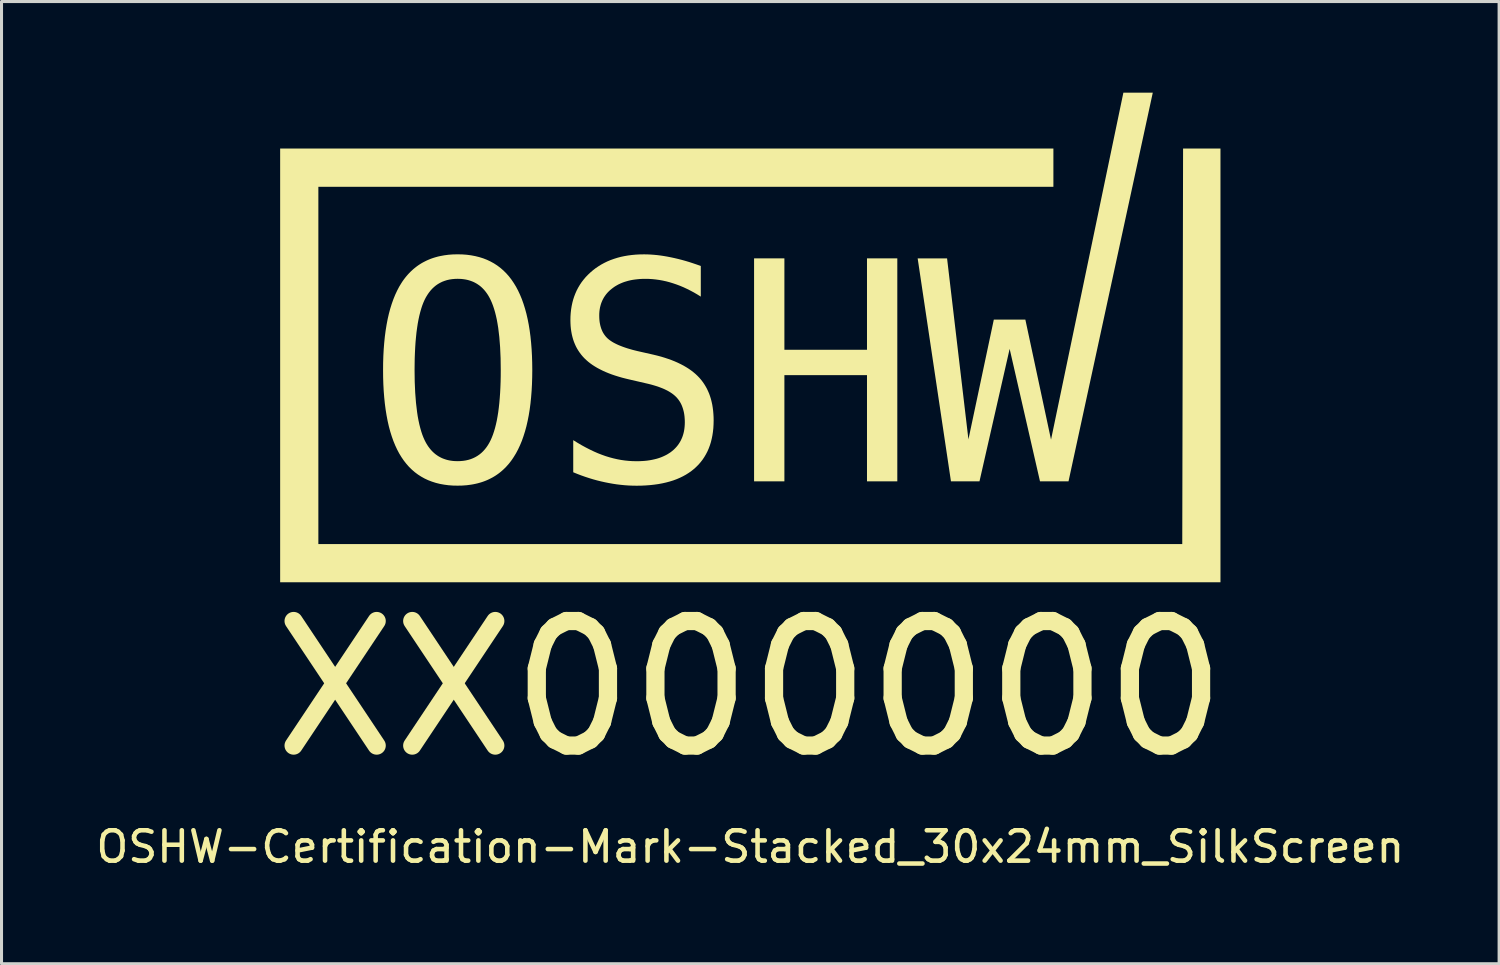
<source format=kicad_pcb>
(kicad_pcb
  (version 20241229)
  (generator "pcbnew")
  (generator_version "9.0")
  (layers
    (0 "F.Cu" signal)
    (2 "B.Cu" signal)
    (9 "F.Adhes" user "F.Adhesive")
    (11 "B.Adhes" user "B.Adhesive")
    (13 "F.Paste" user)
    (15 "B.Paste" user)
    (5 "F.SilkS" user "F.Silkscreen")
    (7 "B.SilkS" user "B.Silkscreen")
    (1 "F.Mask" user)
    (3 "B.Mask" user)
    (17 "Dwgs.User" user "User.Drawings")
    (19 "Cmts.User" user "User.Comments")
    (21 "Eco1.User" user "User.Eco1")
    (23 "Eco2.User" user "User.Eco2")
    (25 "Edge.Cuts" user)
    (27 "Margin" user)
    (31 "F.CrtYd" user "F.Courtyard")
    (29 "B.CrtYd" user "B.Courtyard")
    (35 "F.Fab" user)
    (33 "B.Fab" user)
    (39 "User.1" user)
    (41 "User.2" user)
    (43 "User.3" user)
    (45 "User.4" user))
  (footprint "OSHW-Certification-Mark-Stacked_30x24mm_SilkScreen"
    (layer "F.Cu")
    (at 21.649 11.026)
    (property "Reference" "OSHW-Certification-Mark-Stacked_30x24mm_SilkScreen" (at 0.000231 13.8 0) (unlocked yes) (layer "F.SilkS") (effects (font (size 1 1) (thickness 0.15))))
    (attr board_only exclude_from_pos_files exclude_from_bom allow_missing_courtyard)
    (fp_poly (pts (xy -7.177 -1.894) (xy -7.177 -1.894) (xy -7.177 -1.894)) (stroke (width 0) (type solid)) (fill yes) (layer "F.SilkS"))
    (fp_poly (pts (xy -1.63 -5.32) (xy -1.63 -5.32) (xy -1.63 -5.32)) (stroke (width 0) (type solid)) (fill yes) (layer "F.SilkS"))
    (fp_poly (pts (xy 15.477 5.092) (xy -15.477 5.092) (xy -15.477 -9.186) (xy -15.477 -9.186) (xy 9.977 -9.186) (xy 9.977 -7.927) (xy -14.219 -7.927) (xy -14.219 3.833) (xy 14.219 3.833) (xy 14.246 -9.186) (xy 15.477 -9.186)) (stroke (width 0) (type solid)) (fill yes) (layer "F.SilkS"))
    (fp_poly (pts (xy 1.122 -2.562) (xy 3.841 -2.562) (xy 3.841 -5.571) (xy 4.839 -5.571) (xy 4.839 1.769) (xy 3.841 1.769) (xy 3.841 -1.727) (xy 1.122 -1.727) (xy 1.122 1.769) (xy 0.124 1.769) (xy 0.124 -5.571) (xy 1.122 -5.571)) (stroke (width 0) (type solid)) (fill yes) (layer "F.SilkS"))
    (fp_poly (pts (xy 10.475 1.769) (xy 9.536 1.769) (xy 8.537 -2.592) (xy 7.544 1.769) (xy 6.605 1.769) (xy 5.509 -5.571) (xy 6.477 -5.571) (xy 7.18 0.388) (xy 8.016 -3.556) (xy 9.054 -3.556) (xy 9.899 0.397) (xy 12.281 -11.026) (xy 13.249 -11.026)) (stroke (width 0) (type solid)) (fill yes) (layer "F.SilkS"))
    (fp_poly (pts (xy -9.483 -5.701) (xy -9.335 -5.69) (xy -9.192 -5.671) (xy -9.054 -5.645) (xy -8.921 -5.612) (xy -8.793 -5.572) (xy -8.67 -5.524) (xy -8.552 -5.468) (xy -8.439 -5.406) (xy -8.331 -5.336) (xy -8.227 -5.258) (xy -8.129 -5.173) (xy -8.036 -5.081) (xy -7.948 -4.982) (xy -7.865 -4.875) (xy -7.787 -4.76) (xy -7.713 -4.639) (xy -7.644 -4.509) (xy -7.58 -4.372) (xy -7.52 -4.227) (xy -7.466 -4.075) (xy -7.416 -3.915) (xy -7.37 -3.747) (xy -7.33 -3.572) (xy -7.294 -3.389) (xy -7.263 -3.198) (xy -7.237 -3) (xy -7.216 -2.794) (xy -7.199 -2.581) (xy -7.187 -2.359) (xy -7.18 -2.131) (xy -7.177 -1.894) (xy -7.18 -1.658) (xy -7.187 -1.43) (xy -7.199 -1.209) (xy -7.216 -0.996) (xy -7.237 -0.791) (xy -7.263 -0.593) (xy -7.294 -0.403) (xy -7.33 -0.22) (xy -7.37 -0.045) (xy -7.416 0.123) (xy -7.466 0.282) (xy -7.52 0.435) (xy -7.58 0.579) (xy -7.644 0.716) (xy -7.713 0.846) (xy -7.787 0.967) (xy -7.826 1.026) (xy -7.865 1.082) (xy -7.906 1.136) (xy -7.948 1.189) (xy -7.992 1.239) (xy -8.036 1.288) (xy -8.082 1.335) (xy -8.129 1.38) (xy -8.178 1.424) (xy -8.227 1.465) (xy -8.278 1.505) (xy -8.331 1.543) (xy -8.384 1.579) (xy -8.439 1.613) (xy -8.494 1.645) (xy -8.552 1.675) (xy -8.61 1.704) (xy -8.67 1.731) (xy -8.731 1.756) (xy -8.793 1.779) (xy -8.856 1.8) (xy -8.921 1.819) (xy -8.987 1.837) (xy -9.054 1.852) (xy -9.122 1.866) (xy -9.192 1.878) (xy -9.335 1.897) (xy -9.483 1.908) (xy -9.636 1.911) (xy -9.789 1.908) (xy -9.937 1.897) (xy -10.08 1.878) (xy -10.218 1.853) (xy -10.351 1.82) (xy -10.479 1.779) (xy -10.602 1.732) (xy -10.72 1.677) (xy -10.833 1.614) (xy -10.941 1.545) (xy -11.044 1.468) (xy -11.142 1.383) (xy -11.235 1.292) (xy -11.323 1.192) (xy -11.406 1.086) (xy -11.484 0.972) (xy -11.558 0.851) (xy -11.626 0.722) (xy -11.69 0.585) (xy -11.749 0.441) (xy -11.803 0.289) (xy -11.853 0.129) (xy -11.898 -0.038) (xy -11.938 -0.214) (xy -11.973 -0.397) (xy -12.004 -0.588) (xy -12.03 -0.786) (xy -12.051 -0.992) (xy -12.068 -1.206) (xy -12.08 -1.428) (xy -12.087 -1.657) (xy -12.089 -1.894) (xy -11.052 -1.894) (xy -11.047 -1.505) (xy -11.031 -1.145) (xy -11.005 -0.814) (xy -10.969 -0.511) (xy -10.948 -0.371) (xy -10.923 -0.237) (xy -10.896 -0.111) (xy -10.866 0.008) (xy -10.834 0.12) (xy -10.8 0.224) (xy -10.762 0.322) (xy -10.722 0.412) (xy -10.679 0.496) (xy -10.656 0.536) (xy -10.632 0.574) (xy -10.608 0.612) (xy -10.582 0.647) (xy -10.556 0.682) (xy -10.529 0.715) (xy -10.501 0.747) (xy -10.473 0.777) (xy -10.443 0.807) (xy -10.413 0.834) (xy -10.382 0.861) (xy -10.35 0.886) (xy -10.317 0.909) (xy -10.284 0.932) (xy -10.249 0.953) (xy -10.214 0.972) (xy -10.178 0.991) (xy -10.141 1.008) (xy -10.104 1.023) (xy -10.065 1.037) (xy -10.026 1.05) (xy -9.986 1.062) (xy -9.945 1.072) (xy -9.903 1.081) (xy -9.861 1.088) (xy -9.817 1.094) (xy -9.773 1.099) (xy -9.728 1.102) (xy -9.636 1.105) (xy -9.543 1.102) (xy -9.453 1.094) (xy -9.367 1.081) (xy -9.284 1.062) (xy -9.204 1.038) (xy -9.128 1.008) (xy -9.055 0.973) (xy -8.986 0.933) (xy -8.919 0.887) (xy -8.856 0.836) (xy -8.797 0.78) (xy -8.741 0.718) (xy -8.688 0.651) (xy -8.638 0.578) (xy -8.592 0.5) (xy -8.549 0.417) (xy -8.509 0.327) (xy -8.471 0.229) (xy -8.436 0.124) (xy -8.403 0.012) (xy -8.373 -0.107) (xy -8.345 -0.233) (xy -8.321 -0.367) (xy -8.298 -0.508) (xy -8.279 -0.656) (xy -8.262 -0.811) (xy -8.248 -0.973) (xy -8.236 -1.143) (xy -8.227 -1.32) (xy -8.22 -1.504) (xy -8.216 -1.696) (xy -8.215 -1.894) (xy -8.22 -2.284) (xy -8.236 -2.645) (xy -8.262 -2.977) (xy -8.298 -3.28) (xy -8.321 -3.421) (xy -8.345 -3.555) (xy -8.373 -3.681) (xy -8.403 -3.8) (xy -8.436 -3.912) (xy -8.471 -4.017) (xy -8.509 -4.115) (xy -8.549 -4.205) (xy -8.592 -4.289) (xy -8.615 -4.329) (xy -8.638 -4.367) (xy -8.663 -4.405) (xy -8.688 -4.44) (xy -8.714 -4.475) (xy -8.741 -4.508) (xy -8.768 -4.54) (xy -8.797 -4.57) (xy -8.826 -4.6) (xy -8.856 -4.627) (xy -8.887 -4.654) (xy -8.919 -4.679) (xy -8.952 -4.702) (xy -8.986 -4.725) (xy -9.02 -4.746) (xy -9.055 -4.765) (xy -9.091 -4.784) (xy -9.128 -4.801) (xy -9.166 -4.816) (xy -9.204 -4.83) (xy -9.244 -4.843) (xy -9.284 -4.855) (xy -9.325 -4.865) (xy -9.367 -4.874) (xy -9.41 -4.881) (xy -9.453 -4.887) (xy -9.498 -4.892) (xy -9.543 -4.895) (xy -9.636 -4.898) (xy -9.728 -4.895) (xy -9.817 -4.887) (xy -9.903 -4.874) (xy -9.986 -4.855) (xy -10.065 -4.83) (xy -10.141 -4.801) (xy -10.214 -4.765) (xy -10.284 -4.725) (xy -10.35 -4.679) (xy -10.413 -4.627) (xy -10.473 -4.57) (xy -10.529 -4.508) (xy -10.582 -4.44) (xy -10.632 -4.367) (xy -10.679 -4.289) (xy -10.722 -4.205) (xy -10.762 -4.115) (xy -10.8 -4.017) (xy -10.834 -3.912) (xy -10.866 -3.801) (xy -10.896 -3.681) (xy -10.923 -3.555) (xy -10.948 -3.421) (xy -10.969 -3.281) (xy -10.989 -3.133) (xy -11.005 -2.977) (xy -11.02 -2.815) (xy -11.031 -2.645) (xy -11.04 -2.468) (xy -11.047 -2.284) (xy -11.05 -2.093) (xy -11.052 -1.894) (xy -12.089 -1.894) (xy -12.089 -1.894) (xy -12.087 -2.131) (xy -12.08 -2.359) (xy -12.068 -2.581) (xy -12.051 -2.794) (xy -12.03 -3) (xy -12.004 -3.198) (xy -11.973 -3.389) (xy -11.938 -3.572) (xy -11.898 -3.747) (xy -11.853 -3.915) (xy -11.803 -4.075) (xy -11.749 -4.227) (xy -11.69 -4.372) (xy -11.626 -4.509) (xy -11.558 -4.639) (xy -11.484 -4.76) (xy -11.446 -4.819) (xy -11.406 -4.875) (xy -11.365 -4.929) (xy -11.322 -4.982) (xy -11.279 -5.032) (xy -11.234 -5.081) (xy -11.188 -5.128) (xy -11.14 -5.173) (xy -11.092 -5.217) (xy -11.042 -5.258) (xy -10.991 -5.298) (xy -10.939 -5.336) (xy -10.885 -5.372) (xy -10.831 -5.406) (xy -10.775 -5.438) (xy -10.717 -5.468) (xy -10.659 -5.497) (xy -10.599 -5.524) (xy -10.539 -5.549) (xy -10.477 -5.572) (xy -10.413 -5.593) (xy -10.349 -5.612) (xy -10.283 -5.63) (xy -10.216 -5.645) (xy -10.078 -5.671) (xy -9.936 -5.69) (xy -9.788 -5.701) (xy -9.636 -5.704)) (stroke (width 0) (type solid)) (fill yes) (layer "F.SilkS"))
    (fp_poly (pts (xy -3.397 -5.702) (xy -3.289 -5.697) (xy -3.18 -5.689) (xy -3.069 -5.679) (xy -2.957 -5.665) (xy -2.844 -5.648) (xy -2.729 -5.628) (xy -2.613 -5.605) (xy -2.496 -5.58) (xy -2.377 -5.552) (xy -2.256 -5.521) (xy -2.134 -5.487) (xy -2.01 -5.45) (xy -1.885 -5.409) (xy -1.758 -5.366) (xy -1.63 -5.32) (xy -1.63 -4.312) (xy -1.743 -4.382) (xy -1.856 -4.448) (xy -1.97 -4.509) (xy -2.084 -4.566) (xy -2.197 -4.619) (xy -2.311 -4.667) (xy -2.425 -4.71) (xy -2.54 -4.749) (xy -2.653 -4.784) (xy -2.766 -4.814) (xy -2.88 -4.839) (xy -2.994 -4.86) (xy -3.109 -4.876) (xy -3.224 -4.888) (xy -3.339 -4.895) (xy -3.454 -4.897) (xy -3.541 -4.896) (xy -3.625 -4.892) (xy -3.707 -4.885) (xy -3.787 -4.876) (xy -3.865 -4.865) (xy -3.94 -4.851) (xy -4.013 -4.834) (xy -4.083 -4.814) (xy -4.152 -4.793) (xy -4.218 -4.768) (xy -4.281 -4.741) (xy -4.343 -4.712) (xy -4.402 -4.679) (xy -4.459 -4.645) (xy -4.513 -4.607) (xy -4.565 -4.567) (xy -4.615 -4.526) (xy -4.661 -4.483) (xy -4.704 -4.438) (xy -4.744 -4.391) (xy -4.78 -4.342) (xy -4.814 -4.292) (xy -4.844 -4.239) (xy -4.871 -4.185) (xy -4.895 -4.129) (xy -4.916 -4.072) (xy -4.933 -4.012) (xy -4.948 -3.951) (xy -4.959 -3.888) (xy -4.967 -3.823) (xy -4.972 -3.756) (xy -4.973 -3.687) (xy -4.972 -3.627) (xy -4.969 -3.569) (xy -4.964 -3.513) (xy -4.957 -3.458) (xy -4.947 -3.406) (xy -4.936 -3.355) (xy -4.922 -3.306) (xy -4.907 -3.258) (xy -4.889 -3.213) (xy -4.87 -3.169) (xy -4.848 -3.127) (xy -4.824 -3.087) (xy -4.798 -3.049) (xy -4.77 -3.012) (xy -4.74 -2.978) (xy -4.708 -2.945) (xy -4.672 -2.913) (xy -4.633 -2.882) (xy -4.59 -2.852) (xy -4.544 -2.822) (xy -4.494 -2.793) (xy -4.44 -2.765) (xy -4.383 -2.737) (xy -4.322 -2.71) (xy -4.257 -2.684) (xy -4.189 -2.658) (xy -4.118 -2.633) (xy -4.042 -2.608) (xy -3.963 -2.585) (xy -3.881 -2.561) (xy -3.795 -2.539) (xy -3.705 -2.517) (xy -3.184 -2.399) (xy -3.057 -2.368) (xy -2.934 -2.335) (xy -2.816 -2.299) (xy -2.702 -2.261) (xy -2.593 -2.222) (xy -2.488 -2.18) (xy -2.388 -2.136) (xy -2.291 -2.089) (xy -2.199 -2.041) (xy -2.112 -1.99) (xy -2.029 -1.938) (xy -1.95 -1.883) (xy -1.876 -1.826) (xy -1.806 -1.767) (xy -1.74 -1.705) (xy -1.679 -1.642) (xy -1.622 -1.576) (xy -1.569 -1.507) (xy -1.519 -1.435) (xy -1.473 -1.36) (xy -1.43 -1.283) (xy -1.392 -1.202) (xy -1.356 -1.119) (xy -1.325 -1.032) (xy -1.297 -0.943) (xy -1.274 -0.851) (xy -1.253 -0.756) (xy -1.237 -0.657) (xy -1.224 -0.556) (xy -1.215 -0.452) (xy -1.209 -0.346) (xy -1.207 -0.236) (xy -1.21 -0.107) (xy -1.217 0.018) (xy -1.23 0.139) (xy -1.248 0.257) (xy -1.271 0.37) (xy -1.298 0.48) (xy -1.331 0.585) (xy -1.369 0.687) (xy -1.412 0.785) (xy -1.461 0.879) (xy -1.514 0.969) (xy -1.572 1.056) (xy -1.636 1.138) (xy -1.704 1.217) (xy -1.778 1.291) (xy -1.856 1.362) (xy -1.94 1.429) (xy -2.028 1.491) (xy -2.12 1.549) (xy -2.218 1.603) (xy -2.319 1.652) (xy -2.426 1.698) (xy -2.537 1.739) (xy -2.653 1.775) (xy -2.773 1.807) (xy -2.898 1.835) (xy -3.027 1.859) (xy -3.162 1.878) (xy -3.3 1.893) (xy -3.444 1.904) (xy -3.592 1.911) (xy -3.744 1.913) (xy -3.873 1.911) (xy -4.003 1.906) (xy -4.132 1.897) (xy -4.262 1.884) (xy -4.391 1.869) (xy -4.521 1.849) (xy -4.651 1.826) (xy -4.782 1.8) (xy -4.912 1.771) (xy -5.042 1.739) (xy -5.173 1.703) (xy -5.304 1.663) (xy -5.435 1.62) (xy -5.566 1.574) (xy -5.697 1.524) (xy -5.829 1.47) (xy -5.829 0.413) (xy -5.688 0.5) (xy -5.55 0.581) (xy -5.414 0.655) (xy -5.279 0.724) (xy -5.147 0.787) (xy -5.017 0.844) (xy -4.888 0.894) (xy -4.762 0.939) (xy -4.635 0.978) (xy -4.508 1.012) (xy -4.381 1.041) (xy -4.254 1.065) (xy -4.127 1.083) (xy -4 1.096) (xy -3.872 1.104) (xy -3.744 1.106) (xy -3.651 1.105) (xy -3.561 1.101) (xy -3.474 1.095) (xy -3.389 1.086) (xy -3.307 1.074) (xy -3.227 1.059) (xy -3.15 1.042) (xy -3.075 1.023) (xy -3.004 1.001) (xy -2.934 0.976) (xy -2.868 0.948) (xy -2.804 0.918) (xy -2.742 0.886) (xy -2.684 0.85) (xy -2.627 0.813) (xy -2.574 0.772) (xy -2.523 0.729) (xy -2.476 0.683) (xy -2.432 0.636) (xy -2.391 0.586) (xy -2.354 0.534) (xy -2.319 0.48) (xy -2.288 0.424) (xy -2.261 0.366) (xy -2.236 0.306) (xy -2.215 0.244) (xy -2.197 0.18) (xy -2.182 0.114) (xy -2.171 0.045) (xy -2.163 -0.025) (xy -2.158 -0.097) (xy -2.156 -0.172) (xy -2.157 -0.24) (xy -2.161 -0.306) (xy -2.166 -0.369) (xy -2.174 -0.431) (xy -2.184 -0.491) (xy -2.197 -0.548) (xy -2.212 -0.604) (xy -2.229 -0.657) (xy -2.248 -0.709) (xy -2.269 -0.758) (xy -2.293 -0.806) (xy -2.319 -0.851) (xy -2.348 -0.895) (xy -2.378 -0.936) (xy -2.411 -0.975) (xy -2.446 -1.013) (xy -2.483 -1.048) (xy -2.524 -1.083) (xy -2.568 -1.117) (xy -2.615 -1.149) (xy -2.666 -1.181) (xy -2.72 -1.212) (xy -2.778 -1.241) (xy -2.838 -1.27) (xy -2.902 -1.297) (xy -2.97 -1.323) (xy -3.04 -1.349) (xy -3.115 -1.373) (xy -3.192 -1.396) (xy -3.273 -1.419) (xy -3.357 -1.44) (xy -3.444 -1.46) (xy -3.975 -1.583) (xy -4.101 -1.613) (xy -4.222 -1.644) (xy -4.339 -1.678) (xy -4.451 -1.713) (xy -4.56 -1.75) (xy -4.663 -1.789) (xy -4.763 -1.83) (xy -4.858 -1.873) (xy -4.948 -1.918) (xy -5.035 -1.964) (xy -5.116 -2.012) (xy -5.194 -2.062) (xy -5.267 -2.114) (xy -5.336 -2.168) (xy -5.4 -2.224) (xy -5.46 -2.281) (xy -5.516 -2.341) (xy -5.568 -2.403) (xy -5.617 -2.468) (xy -5.662 -2.535) (xy -5.704 -2.604) (xy -5.742 -2.676) (xy -5.776 -2.751) (xy -5.807 -2.828) (xy -5.834 -2.908) (xy -5.857 -2.99) (xy -5.877 -3.074) (xy -5.893 -3.162) (xy -5.906 -3.251) (xy -5.915 -3.343) (xy -5.92 -3.438) (xy -5.922 -3.535) (xy -5.92 -3.656) (xy -5.912 -3.775) (xy -5.899 -3.89) (xy -5.881 -4.002) (xy -5.858 -4.111) (xy -5.83 -4.217) (xy -5.796 -4.32) (xy -5.757 -4.42) (xy -5.714 -4.517) (xy -5.665 -4.61) (xy -5.611 -4.701) (xy -5.552 -4.789) (xy -5.487 -4.873) (xy -5.418 -4.955) (xy -5.343 -5.033) (xy -5.263 -5.108) (xy -5.179 -5.18) (xy -5.091 -5.248) (xy -4.999 -5.31) (xy -4.904 -5.369) (xy -4.806 -5.422) (xy -4.705 -5.471) (xy -4.6 -5.515) (xy -4.491 -5.554) (xy -4.38 -5.589) (xy -4.265 -5.62) (xy -4.146 -5.645) (xy -4.024 -5.666) (xy -3.899 -5.682) (xy -3.771 -5.694) (xy -3.639 -5.701) (xy -3.503 -5.703)) (stroke (width 0) (type solid)) (fill yes) (layer "F.SilkS"))
    (fp_text user "XX000000" (at 0 11 0) (unlocked yes) (layer "F.SilkS") (effects (font (size 4.1 4.1) (thickness 0.6)) (justify bottom))))
  (gr_rect
    (start -3 -3)
    (end 46.298 28.674)
    (stroke (width 0.1) (type default))
    (fill no)
    (layer "Edge.Cuts")))
</source>
